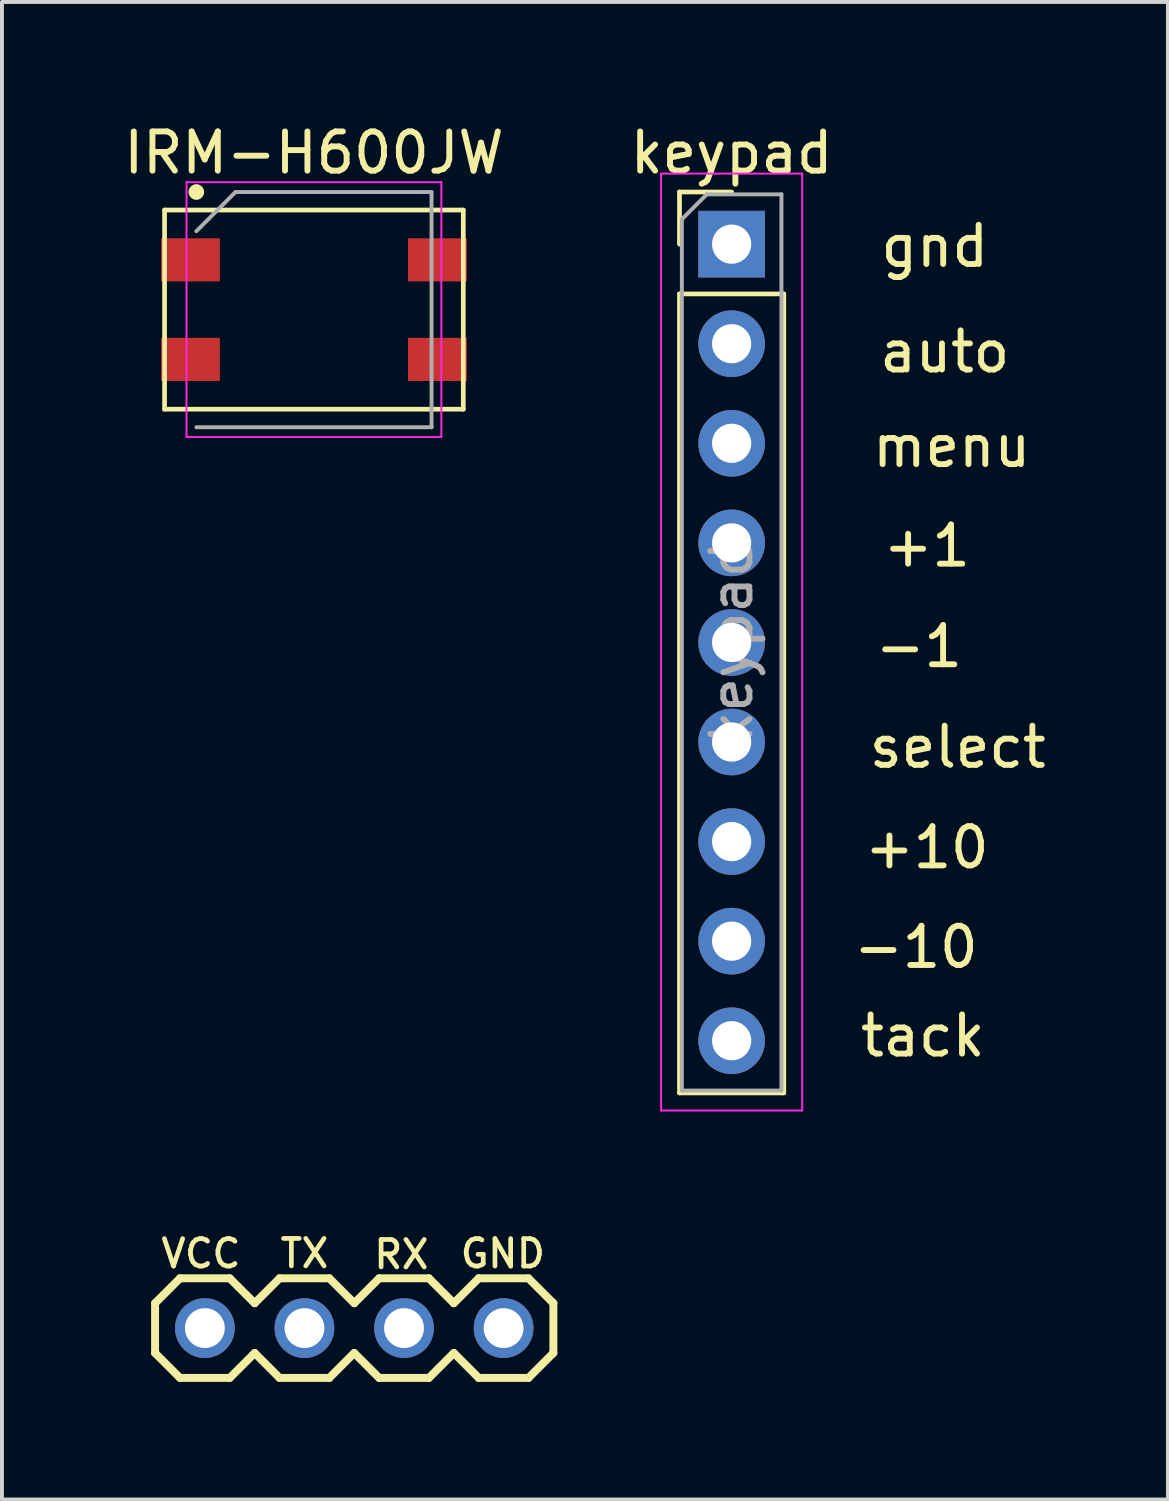
<source format=kicad_pcb>
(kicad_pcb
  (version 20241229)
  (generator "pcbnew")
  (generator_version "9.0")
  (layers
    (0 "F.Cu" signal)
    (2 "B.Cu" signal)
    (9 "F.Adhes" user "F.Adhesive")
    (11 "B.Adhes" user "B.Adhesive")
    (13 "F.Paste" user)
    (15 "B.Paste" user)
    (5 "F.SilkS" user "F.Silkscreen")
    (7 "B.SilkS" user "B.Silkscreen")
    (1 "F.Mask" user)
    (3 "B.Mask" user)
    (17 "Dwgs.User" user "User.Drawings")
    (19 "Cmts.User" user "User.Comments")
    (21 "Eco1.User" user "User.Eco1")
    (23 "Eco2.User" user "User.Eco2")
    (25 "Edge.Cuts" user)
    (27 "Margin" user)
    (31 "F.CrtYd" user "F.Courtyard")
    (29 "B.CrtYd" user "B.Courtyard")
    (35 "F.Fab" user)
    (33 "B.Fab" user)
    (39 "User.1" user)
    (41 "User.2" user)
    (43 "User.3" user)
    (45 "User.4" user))
  (footprint "keypad"
    (layer "F.Cu")
    (at 15.613 3.178)
    (property "Reference" "keypad" (at 0 -2.33 0) (layer "F.SilkS") (effects (font (size 1 1) (thickness 0.15))))
    (attr through_hole)
    (fp_line (start -1.33 -1.33) (end 0 -1.33) (stroke (width 0.12) (type solid)) (layer "F.SilkS"))
    (fp_line (start -1.33 0) (end -1.33 -1.33) (stroke (width 0.12) (type solid)) (layer "F.SilkS"))
    (fp_line (start -1.33 1.27) (end -1.33 21.65) (stroke (width 0.12) (type solid)) (layer "F.SilkS"))
    (fp_line (start -1.33 1.27) (end 1.33 1.27) (stroke (width 0.12) (type solid)) (layer "F.SilkS"))
    (fp_line (start -1.33 21.65) (end 1.33 21.65) (stroke (width 0.12) (type solid)) (layer "F.SilkS"))
    (fp_line (start 1.33 1.27) (end 1.33 21.65) (stroke (width 0.12) (type solid)) (layer "F.SilkS"))
    (fp_line (start -1.8 -1.8) (end -1.8 22.1) (stroke (width 0.05) (type solid)) (layer "F.CrtYd"))
    (fp_line (start -1.8 22.1) (end 1.8 22.1) (stroke (width 0.05) (type solid)) (layer "F.CrtYd"))
    (fp_line (start 1.8 -1.8) (end -1.8 -1.8) (stroke (width 0.05) (type solid)) (layer "F.CrtYd"))
    (fp_line (start 1.8 22.1) (end 1.8 -1.8) (stroke (width 0.05) (type solid)) (layer "F.CrtYd"))
    (fp_line (start -1.27 -0.635) (end -0.635 -1.27) (stroke (width 0.1) (type solid)) (layer "F.Fab"))
    (fp_line (start -1.27 21.59) (end -1.27 -0.635) (stroke (width 0.1) (type solid)) (layer "F.Fab"))
    (fp_line (start -0.635 -1.27) (end 1.27 -1.27) (stroke (width 0.1) (type solid)) (layer "F.Fab"))
    (fp_line (start 1.27 -1.27) (end 1.27 21.59) (stroke (width 0.1) (type solid)) (layer "F.Fab"))
    (fp_line (start 1.27 21.59) (end -1.27 21.59) (stroke (width 0.1) (type solid)) (layer "F.Fab"))
    (fp_text user "menu" (at 5.613 5.156 0) (layer "F.SilkS") (effects (font (size 1 1) (thickness 0.15))))
    (fp_text user "-10" (at 4.699 17.932 0) (layer "F.SilkS") (effects (font (size 1 1) (thickness 0.15))))
    (fp_text user "-1" (at 4.775 10.262 0) (layer "F.SilkS") (effects (font (size 1 1) (thickness 0.15))))
    (fp_text user "+10" (at 4.978 15.392 0) (layer "F.SilkS") (effects (font (size 1 1) (thickness 0.15))))
    (fp_text user "select" (at 5.766 12.827 0) (layer "F.SilkS") (effects (font (size 1 1) (thickness 0.15))))
    (fp_text user "+1" (at 4.978 7.696 0) (layer "F.SilkS") (effects (font (size 1 1) (thickness 0.15))))
    (fp_text user "gnd" (at 5.182 0.051 0) (layer "F.SilkS") (effects (font (size 1 1) (thickness 0.15))))
    (fp_text user "auto" (at 5.436 2.743 0) (layer "F.SilkS") (effects (font (size 1 1) (thickness 0.15))))
    (fp_text user "tack" (at 4.877 20.193 0) (layer "F.SilkS") (effects (font (size 1 1) (thickness 0.15))))
    (fp_text user "${REFERENCE}" (at 0 10.16 90) (layer "F.Fab") (effects (font (size 1 1) (thickness 0.15))))
    (pad "1" thru_hole rect (at 0 0) (size 1.7 1.7) (drill 1) (layers "*.Cu" "*.Mask"))
    (pad "2" thru_hole oval (at 0 2.54) (size 1.7 1.7) (drill 1) (layers "*.Cu" "*.Mask"))
    (pad "3" thru_hole oval (at 0 5.08) (size 1.7 1.7) (drill 1) (layers "*.Cu" "*.Mask"))
    (pad "4" thru_hole oval (at 0 7.62) (size 1.7 1.7) (drill 1) (layers "*.Cu" "*.Mask"))
    (pad "5" thru_hole oval (at 0 10.16) (size 1.7 1.7) (drill 1) (layers "*.Cu" "*.Mask"))
    (pad "6" thru_hole oval (at 0 12.7) (size 1.7 1.7) (drill 1) (layers "*.Cu" "*.Mask"))
    (pad "7" thru_hole oval (at 0 15.24) (size 1.7 1.7) (drill 1) (layers "*.Cu" "*.Mask"))
    (pad "8" thru_hole oval (at 0 17.78) (size 1.7 1.7) (drill 1) (layers "*.Cu" "*.Mask"))
    (pad "9" thru_hole oval (at 0 20.32) (size 1.7 1.7) (drill 1) (layers "*.Cu" "*.Mask")))
  (footprint "IRM-H600JW"
    (layer "F.Cu")
    (at 4.958 4.848)
    (property "Reference" "IRM-H600JW" (at 0 -4 0) (layer "F.SilkS") (effects (font (size 1 1) (thickness 0.15))))
    (attr smd)
    (fp_line (start -3.81 -2.54) (end 3.81 -2.54) (stroke (width 0.12) (type solid)) (layer "F.SilkS"))
    (fp_line (start -3.81 2.54) (end -3.81 -2.54) (stroke (width 0.12) (type solid)) (layer "F.SilkS"))
    (fp_line (start -3.81 2.54) (end 3.81 2.54) (stroke (width 0.12) (type solid)) (layer "F.SilkS"))
    (fp_line (start 3.81 2.54) (end 3.81 -2.54) (stroke (width 0.12) (type solid)) (layer "F.SilkS"))
    (fp_circle (center -3 -3) (end -3 -2.9) (stroke (width 0.2) (type solid)) (fill no) (layer "F.SilkS"))
    (fp_line (start -3.25 -3.25) (end 3.25 -3.25) (stroke (width 0.05) (type solid)) (layer "F.CrtYd"))
    (fp_line (start -3.25 3.25) (end -3.25 -3.25) (stroke (width 0.05) (type solid)) (layer "F.CrtYd"))
    (fp_line (start 3.25 -3.25) (end 3.25 3.25) (stroke (width 0.05) (type solid)) (layer "F.CrtYd"))
    (fp_line (start 3.25 3.25) (end -3.25 3.25) (stroke (width 0.05) (type solid)) (layer "F.CrtYd"))
    (fp_line (start -3 3) (end 3 3) (stroke (width 0.1) (type solid)) (layer "F.Fab"))
    (fp_line (start -2 -3) (end -3 -2) (stroke (width 0.1) (type solid)) (layer "F.Fab"))
    (fp_line (start 3 -3) (end -2 -3) (stroke (width 0.1) (type solid)) (layer "F.Fab"))
    (fp_line (start 3 3) (end 3 -3) (stroke (width 0.1) (type solid)) (layer "F.Fab"))
    (pad "1" smd rect (at -3.15 -1.27) (size 1.5 1.1) (layers "F.Cu" "F.Mask" "F.Paste"))
    (pad "2" smd rect (at -3.15 1.27) (size 1.5 1.1) (layers "F.Cu" "F.Mask" "F.Paste"))
    (pad "3" smd rect (at 3.15 1.27) (size 1.5 1.1) (layers "F.Cu" "F.Mask" "F.Paste"))
    (pad "4" smd rect (at 3.15 -1.27) (size 1.5 1.1) (layers "F.Cu" "F.Mask" "F.Paste")))
  (footprint "uart_host"
    (layer "F.Cu")
    (at 2.176 30.828)
    (property "Reference" "uart_host" (at 0 0 0) (layer "Eco1.User") (effects (font (size 0.6 0.6) (thickness 0.1))))
    (attr through_hole)
    (fp_line (start -1.27 -0.635) (end -1.27 0.635) (stroke (width 0.203) (type solid)) (layer "F.SilkS"))
    (fp_line (start -1.27 0.635) (end -0.635 1.27) (stroke (width 0.203) (type solid)) (layer "F.SilkS"))
    (fp_line (start -0.635 -1.27) (end -1.27 -0.635) (stroke (width 0.203) (type solid)) (layer "F.SilkS"))
    (fp_line (start -0.635 -1.27) (end 0.635 -1.27) (stroke (width 0.203) (type solid)) (layer "F.SilkS"))
    (fp_line (start 0.635 -1.27) (end 1.27 -0.635) (stroke (width 0.203) (type solid)) (layer "F.SilkS"))
    (fp_line (start 0.635 1.27) (end -0.635 1.27) (stroke (width 0.203) (type solid)) (layer "F.SilkS"))
    (fp_line (start 1.27 -0.635) (end 1.905 -1.27) (stroke (width 0.203) (type solid)) (layer "F.SilkS"))
    (fp_line (start 1.27 0.635) (end 0.635 1.27) (stroke (width 0.203) (type solid)) (layer "F.SilkS"))
    (fp_line (start 1.905 -1.27) (end 3.175 -1.27) (stroke (width 0.203) (type solid)) (layer "F.SilkS"))
    (fp_line (start 1.905 1.27) (end 1.27 0.635) (stroke (width 0.203) (type solid)) (layer "F.SilkS"))
    (fp_line (start 3.175 -1.27) (end 3.81 -0.635) (stroke (width 0.203) (type solid)) (layer "F.SilkS"))
    (fp_line (start 3.175 1.27) (end 1.905 1.27) (stroke (width 0.203) (type solid)) (layer "F.SilkS"))
    (fp_line (start 3.81 -0.635) (end 4.445 -1.27) (stroke (width 0.203) (type solid)) (layer "F.SilkS"))
    (fp_line (start 3.81 0.635) (end 3.175 1.27) (stroke (width 0.203) (type solid)) (layer "F.SilkS"))
    (fp_line (start 4.445 -1.27) (end 5.715 -1.27) (stroke (width 0.203) (type solid)) (layer "F.SilkS"))
    (fp_line (start 4.445 1.27) (end 3.81 0.635) (stroke (width 0.203) (type solid)) (layer "F.SilkS"))
    (fp_line (start 5.715 -1.27) (end 6.35 -0.635) (stroke (width 0.203) (type solid)) (layer "F.SilkS"))
    (fp_line (start 5.715 1.27) (end 4.445 1.27) (stroke (width 0.203) (type solid)) (layer "F.SilkS"))
    (fp_line (start 6.35 0.635) (end 5.715 1.27) (stroke (width 0.203) (type solid)) (layer "F.SilkS"))
    (fp_line (start 6.35 0.635) (end 6.985 1.27) (stroke (width 0.203) (type solid)) (layer "F.SilkS"))
    (fp_line (start 6.985 -1.27) (end 6.35 -0.635) (stroke (width 0.203) (type solid)) (layer "F.SilkS"))
    (fp_line (start 6.985 -1.27) (end 8.255 -1.27) (stroke (width 0.203) (type solid)) (layer "F.SilkS"))
    (fp_line (start 8.255 -1.27) (end 8.89 -0.635) (stroke (width 0.203) (type solid)) (layer "F.SilkS"))
    (fp_line (start 8.255 1.27) (end 6.985 1.27) (stroke (width 0.203) (type solid)) (layer "F.SilkS"))
    (fp_line (start 8.89 -0.635) (end 8.89 0.635) (stroke (width 0.203) (type solid)) (layer "F.SilkS"))
    (fp_line (start 8.89 0.635) (end 8.255 1.27) (stroke (width 0.203) (type solid)) (layer "F.SilkS"))
    (fp_text user "VCC" (at -0.1 -1.9 0) (layer "F.SilkS") (effects (font (size 0.7 0.7) (thickness 0.12))))
    (fp_text user "RX" (at 5.012 -1.878 0) (layer "F.SilkS") (effects (font (size 0.7 0.7) (thickness 0.12))))
    (fp_text user "GND" (at 7.6 -1.9 0) (layer "F.SilkS") (effects (font (size 0.7 0.7) (thickness 0.12))))
    (fp_text user "TX" (at 2.54 -1.905 0) (layer "F.SilkS") (effects (font (size 0.7 0.7) (thickness 0.12))))
    (pad "1" thru_hole oval (at 0 0 90) (size 1.524 1.524) (drill 1.016) (layers "*.Cu" "*.Mask"))
    (pad "2" thru_hole oval (at 2.54 0 90) (size 1.524 1.524) (drill 1.016) (layers "*.Cu" "*.Mask"))
    (pad "3" thru_hole oval (at 5.08 0 90) (size 1.524 1.524) (drill 1.016) (layers "*.Cu" "*.Mask"))
    (pad "4" thru_hole oval (at 7.62 0 90) (size 1.524 1.524) (drill 1.016) (layers "*.Cu" "*.Mask")))
  (gr_rect
    (start -3 -3)
    (end 26.742 35.2)
    (stroke (width 0.1) (type default))
    (fill no)
    (layer "Edge.Cuts")))
</source>
